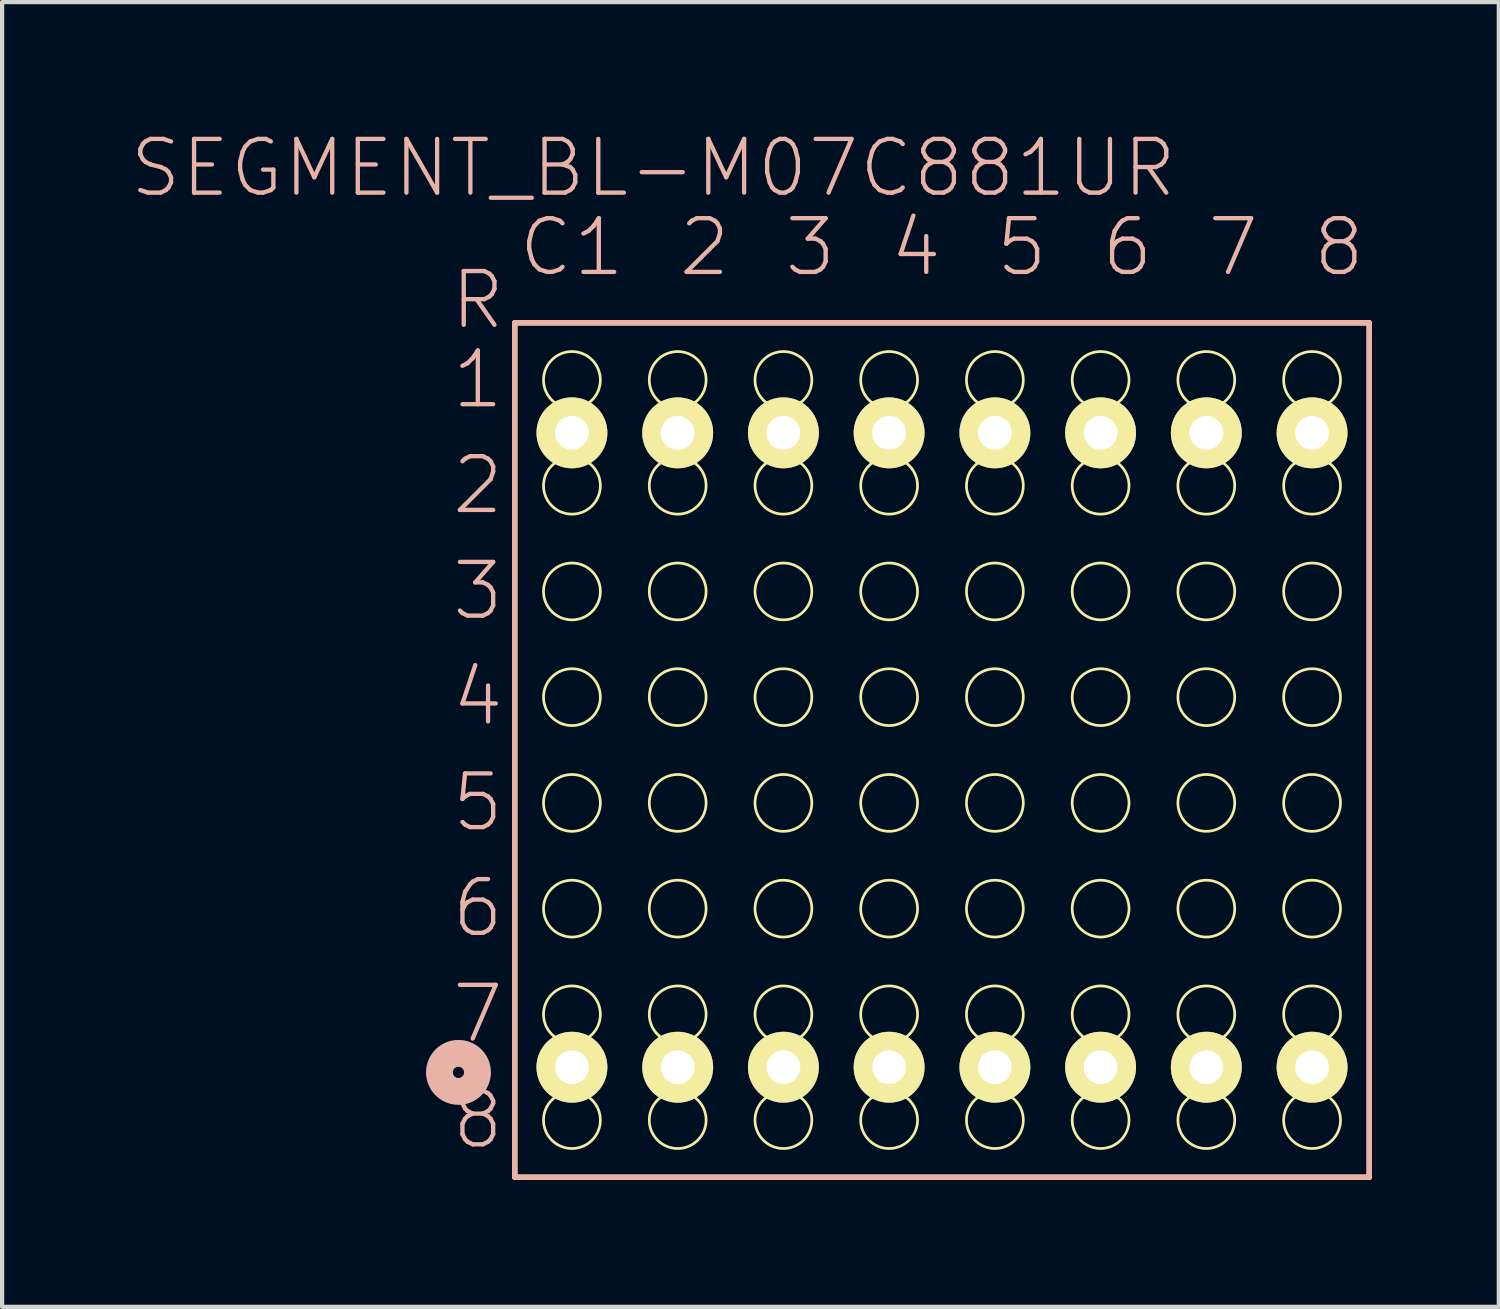
<source format=kicad_pcb>
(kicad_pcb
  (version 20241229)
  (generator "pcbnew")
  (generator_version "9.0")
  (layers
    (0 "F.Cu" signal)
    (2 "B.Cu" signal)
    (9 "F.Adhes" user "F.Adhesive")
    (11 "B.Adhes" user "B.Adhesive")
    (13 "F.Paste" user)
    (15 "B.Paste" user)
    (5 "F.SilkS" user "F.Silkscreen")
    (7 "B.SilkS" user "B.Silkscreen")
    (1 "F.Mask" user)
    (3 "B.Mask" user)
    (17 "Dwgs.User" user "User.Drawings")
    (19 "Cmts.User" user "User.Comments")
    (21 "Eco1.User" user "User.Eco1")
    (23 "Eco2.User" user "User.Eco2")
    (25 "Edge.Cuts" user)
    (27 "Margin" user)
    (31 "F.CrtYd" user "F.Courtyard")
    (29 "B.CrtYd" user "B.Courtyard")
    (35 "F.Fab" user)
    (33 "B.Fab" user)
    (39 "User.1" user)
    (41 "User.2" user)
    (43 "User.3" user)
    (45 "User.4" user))
  (footprint "SEGMENT_BL-M07C881UR"
    (layer "F.Cu")
    (at 19.218 14.68)
    (property "Reference" "SEGMENT_BL-M07C881UR" (at -6.825 -13.759 0) (layer "B.SilkS") (effects (font (size 1.27 1.27) (thickness 0.102))))
    (attr exclude_from_pos_files exclude_from_bom)
    (fp_line (start -10.099 -10.099) (end 10.099 -10.099) (stroke (width 0.127) (type solid)) (layer "F.SilkS"))
    (fp_line (start -10.099 10.099) (end -10.099 -10.099) (stroke (width 0.127) (type solid)) (layer "F.SilkS"))
    (fp_line (start 10.099 -10.099) (end 10.099 10.099) (stroke (width 0.127) (type solid)) (layer "F.SilkS"))
    (fp_line (start 10.099 10.099) (end -10.099 10.099) (stroke (width 0.127) (type solid)) (layer "F.SilkS"))
    (fp_circle (center -8.748 -8.748) (end -9.223 -9.223) (stroke (width 0.064) (type solid)) (fill no) (layer "F.SilkS"))
    (fp_circle (center -8.748 -6.248) (end -9.223 -6.723) (stroke (width 0.064) (type solid)) (fill no) (layer "F.SilkS"))
    (fp_circle (center -8.748 -3.749) (end -9.223 -4.224) (stroke (width 0.064) (type solid)) (fill no) (layer "F.SilkS"))
    (fp_circle (center -8.748 -1.25) (end -9.223 -1.725) (stroke (width 0.064) (type solid)) (fill no) (layer "F.SilkS"))
    (fp_circle (center -8.748 1.25) (end -9.223 1.725) (stroke (width 0.064) (type solid)) (fill no) (layer "F.SilkS"))
    (fp_circle (center -8.748 3.749) (end -9.223 4.224) (stroke (width 0.064) (type solid)) (fill no) (layer "F.SilkS"))
    (fp_circle (center -8.748 6.248) (end -9.223 6.723) (stroke (width 0.064) (type solid)) (fill no) (layer "F.SilkS"))
    (fp_circle (center -8.748 8.748) (end -9.223 9.223) (stroke (width 0.064) (type solid)) (fill no) (layer "F.SilkS"))
    (fp_circle (center -6.248 -8.748) (end -6.723 -9.223) (stroke (width 0.064) (type solid)) (fill no) (layer "F.SilkS"))
    (fp_circle (center -6.248 -6.248) (end -6.723 -6.723) (stroke (width 0.064) (type solid)) (fill no) (layer "F.SilkS"))
    (fp_circle (center -6.248 -3.749) (end -6.723 -4.224) (stroke (width 0.064) (type solid)) (fill no) (layer "F.SilkS"))
    (fp_circle (center -6.248 -1.25) (end -6.723 -1.725) (stroke (width 0.064) (type solid)) (fill no) (layer "F.SilkS"))
    (fp_circle (center -6.248 1.25) (end -6.723 1.725) (stroke (width 0.064) (type solid)) (fill no) (layer "F.SilkS"))
    (fp_circle (center -6.248 3.749) (end -6.723 4.224) (stroke (width 0.064) (type solid)) (fill no) (layer "F.SilkS"))
    (fp_circle (center -6.248 6.248) (end -6.723 6.723) (stroke (width 0.064) (type solid)) (fill no) (layer "F.SilkS"))
    (fp_circle (center -6.248 8.748) (end -6.723 9.223) (stroke (width 0.064) (type solid)) (fill no) (layer "F.SilkS"))
    (fp_circle (center -3.749 -8.748) (end -4.224 -9.223) (stroke (width 0.064) (type solid)) (fill no) (layer "F.SilkS"))
    (fp_circle (center -3.749 -6.248) (end -4.224 -6.723) (stroke (width 0.064) (type solid)) (fill no) (layer "F.SilkS"))
    (fp_circle (center -3.749 -3.749) (end -4.224 -4.224) (stroke (width 0.064) (type solid)) (fill no) (layer "F.SilkS"))
    (fp_circle (center -3.749 -1.25) (end -4.224 -1.725) (stroke (width 0.064) (type solid)) (fill no) (layer "F.SilkS"))
    (fp_circle (center -3.749 1.25) (end -4.224 1.725) (stroke (width 0.064) (type solid)) (fill no) (layer "F.SilkS"))
    (fp_circle (center -3.749 3.749) (end -4.224 4.224) (stroke (width 0.064) (type solid)) (fill no) (layer "F.SilkS"))
    (fp_circle (center -3.749 6.248) (end -4.224 6.723) (stroke (width 0.064) (type solid)) (fill no) (layer "F.SilkS"))
    (fp_circle (center -3.749 8.748) (end -4.224 9.223) (stroke (width 0.064) (type solid)) (fill no) (layer "F.SilkS"))
    (fp_circle (center -1.25 -8.748) (end -1.725 -9.223) (stroke (width 0.064) (type solid)) (fill no) (layer "F.SilkS"))
    (fp_circle (center -1.25 -6.248) (end -1.725 -6.723) (stroke (width 0.064) (type solid)) (fill no) (layer "F.SilkS"))
    (fp_circle (center -1.25 -3.749) (end -1.725 -4.224) (stroke (width 0.064) (type solid)) (fill no) (layer "F.SilkS"))
    (fp_circle (center -1.25 -1.25) (end -1.725 -1.725) (stroke (width 0.064) (type solid)) (fill no) (layer "F.SilkS"))
    (fp_circle (center -1.25 1.25) (end -1.725 1.725) (stroke (width 0.064) (type solid)) (fill no) (layer "F.SilkS"))
    (fp_circle (center -1.25 3.749) (end -1.725 4.224) (stroke (width 0.064) (type solid)) (fill no) (layer "F.SilkS"))
    (fp_circle (center -1.25 6.248) (end -1.725 6.723) (stroke (width 0.064) (type solid)) (fill no) (layer "F.SilkS"))
    (fp_circle (center -1.25 8.748) (end -1.725 9.223) (stroke (width 0.064) (type solid)) (fill no) (layer "F.SilkS"))
    (fp_circle (center 1.25 -8.748) (end 1.725 -9.223) (stroke (width 0.064) (type solid)) (fill no) (layer "F.SilkS"))
    (fp_circle (center 1.25 -6.248) (end 1.725 -6.723) (stroke (width 0.064) (type solid)) (fill no) (layer "F.SilkS"))
    (fp_circle (center 1.25 -3.749) (end 1.725 -4.224) (stroke (width 0.064) (type solid)) (fill no) (layer "F.SilkS"))
    (fp_circle (center 1.25 -1.25) (end 1.725 -1.725) (stroke (width 0.064) (type solid)) (fill no) (layer "F.SilkS"))
    (fp_circle (center 1.25 1.25) (end 1.725 1.725) (stroke (width 0.064) (type solid)) (fill no) (layer "F.SilkS"))
    (fp_circle (center 1.25 3.749) (end 1.725 4.224) (stroke (width 0.064) (type solid)) (fill no) (layer "F.SilkS"))
    (fp_circle (center 1.25 6.248) (end 1.725 6.723) (stroke (width 0.064) (type solid)) (fill no) (layer "F.SilkS"))
    (fp_circle (center 1.25 8.748) (end 1.725 9.223) (stroke (width 0.064) (type solid)) (fill no) (layer "F.SilkS"))
    (fp_circle (center 3.749 -8.748) (end 4.224 -9.223) (stroke (width 0.064) (type solid)) (fill no) (layer "F.SilkS"))
    (fp_circle (center 3.749 -6.248) (end 4.224 -6.723) (stroke (width 0.064) (type solid)) (fill no) (layer "F.SilkS"))
    (fp_circle (center 3.749 -3.749) (end 4.224 -4.224) (stroke (width 0.064) (type solid)) (fill no) (layer "F.SilkS"))
    (fp_circle (center 3.749 -1.25) (end 4.224 -1.725) (stroke (width 0.064) (type solid)) (fill no) (layer "F.SilkS"))
    (fp_circle (center 3.749 1.25) (end 4.224 1.725) (stroke (width 0.064) (type solid)) (fill no) (layer "F.SilkS"))
    (fp_circle (center 3.749 3.749) (end 4.224 4.224) (stroke (width 0.064) (type solid)) (fill no) (layer "F.SilkS"))
    (fp_circle (center 3.749 6.248) (end 4.224 6.723) (stroke (width 0.064) (type solid)) (fill no) (layer "F.SilkS"))
    (fp_circle (center 3.749 8.748) (end 4.224 9.223) (stroke (width 0.064) (type solid)) (fill no) (layer "F.SilkS"))
    (fp_circle (center 6.248 -8.748) (end 6.723 -9.223) (stroke (width 0.064) (type solid)) (fill no) (layer "F.SilkS"))
    (fp_circle (center 6.248 -6.248) (end 6.723 -6.723) (stroke (width 0.064) (type solid)) (fill no) (layer "F.SilkS"))
    (fp_circle (center 6.248 -3.749) (end 6.723 -4.224) (stroke (width 0.064) (type solid)) (fill no) (layer "F.SilkS"))
    (fp_circle (center 6.248 -1.25) (end 6.723 -1.725) (stroke (width 0.064) (type solid)) (fill no) (layer "F.SilkS"))
    (fp_circle (center 6.248 1.25) (end 6.723 1.725) (stroke (width 0.064) (type solid)) (fill no) (layer "F.SilkS"))
    (fp_circle (center 6.248 3.749) (end 6.723 4.224) (stroke (width 0.064) (type solid)) (fill no) (layer "F.SilkS"))
    (fp_circle (center 6.248 6.248) (end 6.723 6.723) (stroke (width 0.064) (type solid)) (fill no) (layer "F.SilkS"))
    (fp_circle (center 6.248 8.748) (end 6.723 9.223) (stroke (width 0.064) (type solid)) (fill no) (layer "F.SilkS"))
    (fp_circle (center 8.748 -8.748) (end 9.223 -9.223) (stroke (width 0.064) (type solid)) (fill no) (layer "F.SilkS"))
    (fp_circle (center 8.748 -6.248) (end 9.223 -6.723) (stroke (width 0.064) (type solid)) (fill no) (layer "F.SilkS"))
    (fp_circle (center 8.748 -3.749) (end 9.223 -4.224) (stroke (width 0.064) (type solid)) (fill no) (layer "F.SilkS"))
    (fp_circle (center 8.748 -1.25) (end 9.223 -1.725) (stroke (width 0.064) (type solid)) (fill no) (layer "F.SilkS"))
    (fp_circle (center 8.748 1.25) (end 9.223 1.725) (stroke (width 0.064) (type solid)) (fill no) (layer "F.SilkS"))
    (fp_circle (center 8.748 3.749) (end 9.223 4.224) (stroke (width 0.064) (type solid)) (fill no) (layer "F.SilkS"))
    (fp_circle (center 8.748 6.248) (end 9.223 6.723) (stroke (width 0.064) (type solid)) (fill no) (layer "F.SilkS"))
    (fp_circle (center 8.748 8.748) (end 9.223 9.223) (stroke (width 0.064) (type solid)) (fill no) (layer "F.SilkS"))
    (fp_line (start -10.099 -10.099) (end 10.099 -10.099) (stroke (width 0.127) (type solid)) (layer "B.SilkS"))
    (fp_line (start -10.099 10.099) (end -10.099 -10.099) (stroke (width 0.127) (type solid)) (layer "B.SilkS"))
    (fp_line (start 10.099 -10.099) (end 10.099 10.099) (stroke (width 0.127) (type solid)) (layer "B.SilkS"))
    (fp_line (start 10.099 10.099) (end -10.099 10.099) (stroke (width 0.127) (type solid)) (layer "B.SilkS"))
    (fp_circle (center -11.43 7.62) (end -11.748 7.938) (stroke (width 0.635) (type solid)) (fill no) (layer "B.SilkS"))
    (fp_text user "1" (at -10.973 -8.758 0) (layer "B.SilkS") (effects (font (size 1.27 1.27) (thickness 0.102))))
    (fp_text user "3" (at -3.114 -11.885 0) (layer "B.SilkS") (effects (font (size 1.27 1.27) (thickness 0.102))))
    (fp_text user "5" (at -10.973 1.24 0) (layer "B.SilkS") (effects (font (size 1.27 1.27) (thickness 0.102))))
    (fp_text user "7" (at -10.973 6.238 0) (layer "B.SilkS") (effects (font (size 1.27 1.27) (thickness 0.102))))
    (fp_text user "8" (at -10.973 8.738 0) (layer "B.SilkS") (effects (font (size 1.27 1.27) (thickness 0.102))))
    (fp_text user "C" (at -9.365 -11.885 0) (layer "B.SilkS") (effects (font (size 1.27 1.27) (thickness 0.102))))
    (fp_text user "1" (at -8.113 -11.885 0) (layer "B.SilkS") (effects (font (size 1.27 1.27) (thickness 0.102))))
    (fp_text user "4" (at -0.615 -11.885 0) (layer "B.SilkS") (effects (font (size 1.27 1.27) (thickness 0.102))))
    (fp_text user "7" (at 6.883 -11.885 0) (layer "B.SilkS") (effects (font (size 1.27 1.27) (thickness 0.102))))
    (fp_text user "8" (at 9.383 -11.885 0) (layer "B.SilkS") (effects (font (size 1.27 1.27) (thickness 0.102))))
    (fp_text user "2" (at -5.613 -11.885 0) (layer "B.SilkS") (effects (font (size 1.27 1.27) (thickness 0.102))))
    (fp_text user "R" (at -10.973 -10.635 0) (layer "B.SilkS") (effects (font (size 1.27 1.27) (thickness 0.102))))
    (fp_text user "3" (at -10.973 -3.759 0) (layer "B.SilkS") (effects (font (size 1.27 1.27) (thickness 0.102))))
    (fp_text user "6" (at -10.973 3.739 0) (layer "B.SilkS") (effects (font (size 1.27 1.27) (thickness 0.102))))
    (fp_text user "6" (at 4.384 -11.885 0) (layer "B.SilkS") (effects (font (size 1.27 1.27) (thickness 0.102))))
    (fp_text user "2" (at -10.973 -6.259 0) (layer "B.SilkS") (effects (font (size 1.27 1.27) (thickness 0.102))))
    (fp_text user "5" (at 1.885 -11.885 0) (layer "B.SilkS") (effects (font (size 1.27 1.27) (thickness 0.102))))
    (fp_text user "4" (at -10.973 -1.26 0) (layer "B.SilkS") (effects (font (size 1.27 1.27) (thickness 0.102))))
    (pad "1" thru_hole circle (at -8.748 7.498) (size 1.676 1.676) (drill 0.798) (layers "*.Cu" "F.Mask" "F.SilkS" "F.Paste"))
    (pad "2" thru_hole circle (at -6.248 7.498) (size 1.676 1.676) (drill 0.798) (layers "*.Cu" "F.Mask" "F.SilkS" "F.Paste"))
    (pad "3" thru_hole circle (at -3.749 7.498) (size 1.676 1.676) (drill 0.798) (layers "*.Cu" "F.Mask" "F.SilkS" "F.Paste"))
    (pad "4" thru_hole circle (at -1.25 7.498) (size 1.676 1.676) (drill 0.798) (layers "*.Cu" "F.Mask" "F.SilkS" "F.Paste"))
    (pad "5" thru_hole circle (at 1.25 7.498) (size 1.676 1.676) (drill 0.798) (layers "*.Cu" "F.Mask" "F.SilkS" "F.Paste"))
    (pad "6" thru_hole circle (at 3.749 7.498) (size 1.676 1.676) (drill 0.798) (layers "*.Cu" "F.Mask" "F.SilkS" "F.Paste"))
    (pad "7" thru_hole circle (at 6.248 7.498) (size 1.676 1.676) (drill 0.798) (layers "*.Cu" "F.Mask" "F.SilkS" "F.Paste"))
    (pad "8" thru_hole circle (at 8.748 7.498) (size 1.676 1.676) (drill 0.798) (layers "*.Cu" "F.Mask" "F.SilkS" "F.Paste"))
    (pad "9" thru_hole circle (at 8.748 -7.498) (size 1.676 1.676) (drill 0.798) (layers "*.Cu" "F.Mask" "F.SilkS" "F.Paste"))
    (pad "10" thru_hole circle (at 6.248 -7.498) (size 1.676 1.676) (drill 0.798) (layers "*.Cu" "F.Mask" "F.SilkS" "F.Paste"))
    (pad "11" thru_hole circle (at 3.749 -7.498) (size 1.676 1.676) (drill 0.798) (layers "*.Cu" "F.Mask" "F.SilkS" "F.Paste"))
    (pad "12" thru_hole circle (at 1.25 -7.498) (size 1.676 1.676) (drill 0.798) (layers "*.Cu" "F.Mask" "F.SilkS" "F.Paste"))
    (pad "13" thru_hole circle (at -1.25 -7.498) (size 1.676 1.676) (drill 0.798) (layers "*.Cu" "F.Mask" "F.SilkS" "F.Paste"))
    (pad "14" thru_hole circle (at -3.749 -7.498) (size 1.676 1.676) (drill 0.798) (layers "*.Cu" "F.Mask" "F.SilkS" "F.Paste"))
    (pad "15" thru_hole circle (at -6.248 -7.498) (size 1.676 1.676) (drill 0.798) (layers "*.Cu" "F.Mask" "F.SilkS" "F.Paste"))
    (pad "16" thru_hole circle (at -8.748 -7.498) (size 1.676 1.676) (drill 0.798) (layers "*.Cu" "F.Mask" "F.SilkS" "F.Paste")))
  (gr_rect
    (start -3 -3)
    (end 32.38 27.843)
    (stroke (width 0.1) (type default))
    (fill no)
    (layer "Edge.Cuts")))
</source>
